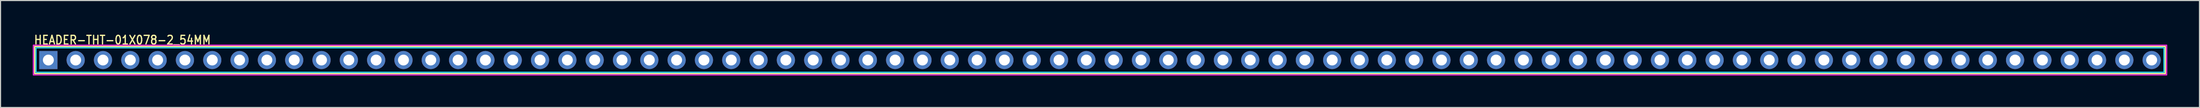
<source format=kicad_pcb>
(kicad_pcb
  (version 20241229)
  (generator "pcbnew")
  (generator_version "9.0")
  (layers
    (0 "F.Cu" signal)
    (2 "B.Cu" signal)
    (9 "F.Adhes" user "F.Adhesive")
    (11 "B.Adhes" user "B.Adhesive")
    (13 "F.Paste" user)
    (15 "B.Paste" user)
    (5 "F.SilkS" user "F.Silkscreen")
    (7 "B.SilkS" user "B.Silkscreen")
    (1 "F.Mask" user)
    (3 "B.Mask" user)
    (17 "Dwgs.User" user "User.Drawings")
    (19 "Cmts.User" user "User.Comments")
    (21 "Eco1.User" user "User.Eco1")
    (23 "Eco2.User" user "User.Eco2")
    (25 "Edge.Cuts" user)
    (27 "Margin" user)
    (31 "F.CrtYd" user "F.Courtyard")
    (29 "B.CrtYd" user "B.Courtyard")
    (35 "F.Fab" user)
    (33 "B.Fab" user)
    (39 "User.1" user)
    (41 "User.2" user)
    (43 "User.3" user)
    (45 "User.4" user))
  (footprint "HEADER-THT-01X078-2_54MM"
    (layer "F.Cu")
    (at 1.447 2.579)
    (property "Reference" "HEADER-THT-01X078-2_54MM" (at -1.4 -1.4 0) (unlocked yes) (layer "F.SilkS") (effects (font (size 0.813 0.695) (thickness 0.122)) (justify left bottom)))
    (fp_line (start -1.27 -1.27) (end -1.27 1.27) (stroke (width 0.127) (type solid)) (layer "F.SilkS"))
    (fp_line (start -1.27 1.27) (end 196.85 1.27) (stroke (width 0.127) (type solid)) (layer "F.SilkS"))
    (fp_line (start 196.85 -1.27) (end -1.27 -1.27) (stroke (width 0.127) (type solid)) (layer "F.SilkS"))
    (fp_line (start 196.85 1.27) (end 196.85 -1.27) (stroke (width 0.127) (type solid)) (layer "F.SilkS"))
    (fp_poly (pts (xy -1.143 -1.143) (xy 196.723 -1.143) (xy 196.723 1.143) (xy -1.143 1.143)) (stroke (width 0.1) (type solid)) (fill no) (layer "B.CrtYd"))
    (fp_poly (pts (xy -1.397 -1.397) (xy 196.977 -1.397) (xy 196.977 1.397) (xy -1.397 1.397)) (stroke (width 0.1) (type solid)) (fill no) (layer "F.CrtYd"))
    (pad "1" thru_hole rect (at 0 0) (size 1.693 1.693) (drill 1.016) (layers "*.Cu" "*.Mask"))
    (pad "2" thru_hole oval (at 2.54 0) (size 1.693 1.693) (drill 1.016) (layers "*.Cu" "*.Mask"))
    (pad "3" thru_hole oval (at 5.08 0) (size 1.693 1.693) (drill 1.016) (layers "*.Cu" "*.Mask"))
    (pad "4" thru_hole oval (at 7.62 0) (size 1.693 1.693) (drill 1.016) (layers "*.Cu" "*.Mask"))
    (pad "5" thru_hole oval (at 10.16 0) (size 1.693 1.693) (drill 1.016) (layers "*.Cu" "*.Mask"))
    (pad "6" thru_hole oval (at 12.7 0) (size 1.693 1.693) (drill 1.016) (layers "*.Cu" "*.Mask"))
    (pad "7" thru_hole oval (at 15.24 0) (size 1.693 1.693) (drill 1.016) (layers "*.Cu" "*.Mask"))
    (pad "8" thru_hole oval (at 17.78 0) (size 1.693 1.693) (drill 1.016) (layers "*.Cu" "*.Mask"))
    (pad "9" thru_hole oval (at 20.32 0) (size 1.693 1.693) (drill 1.016) (layers "*.Cu" "*.Mask"))
    (pad "10" thru_hole oval (at 22.86 0) (size 1.693 1.693) (drill 1.016) (layers "*.Cu" "*.Mask"))
    (pad "11" thru_hole oval (at 25.4 0) (size 1.693 1.693) (drill 1.016) (layers "*.Cu" "*.Mask"))
    (pad "12" thru_hole oval (at 27.94 0) (size 1.693 1.693) (drill 1.016) (layers "*.Cu" "*.Mask"))
    (pad "13" thru_hole oval (at 30.48 0) (size 1.693 1.693) (drill 1.016) (layers "*.Cu" "*.Mask"))
    (pad "14" thru_hole oval (at 33.02 0) (size 1.693 1.693) (drill 1.016) (layers "*.Cu" "*.Mask"))
    (pad "15" thru_hole oval (at 35.56 0) (size 1.693 1.693) (drill 1.016) (layers "*.Cu" "*.Mask"))
    (pad "16" thru_hole oval (at 38.1 0) (size 1.693 1.693) (drill 1.016) (layers "*.Cu" "*.Mask"))
    (pad "17" thru_hole oval (at 40.64 0) (size 1.693 1.693) (drill 1.016) (layers "*.Cu" "*.Mask"))
    (pad "18" thru_hole oval (at 43.18 0) (size 1.693 1.693) (drill 1.016) (layers "*.Cu" "*.Mask"))
    (pad "19" thru_hole oval (at 45.72 0) (size 1.693 1.693) (drill 1.016) (layers "*.Cu" "*.Mask"))
    (pad "20" thru_hole oval (at 48.26 0) (size 1.693 1.693) (drill 1.016) (layers "*.Cu" "*.Mask"))
    (pad "21" thru_hole oval (at 50.8 0) (size 1.693 1.693) (drill 1.016) (layers "*.Cu" "*.Mask"))
    (pad "22" thru_hole oval (at 53.34 0) (size 1.693 1.693) (drill 1.016) (layers "*.Cu" "*.Mask"))
    (pad "23" thru_hole oval (at 55.88 0) (size 1.693 1.693) (drill 1.016) (layers "*.Cu" "*.Mask"))
    (pad "24" thru_hole oval (at 58.42 0) (size 1.693 1.693) (drill 1.016) (layers "*.Cu" "*.Mask"))
    (pad "25" thru_hole oval (at 60.96 0) (size 1.693 1.693) (drill 1.016) (layers "*.Cu" "*.Mask"))
    (pad "26" thru_hole oval (at 63.5 0) (size 1.693 1.693) (drill 1.016) (layers "*.Cu" "*.Mask"))
    (pad "27" thru_hole oval (at 66.04 0) (size 1.693 1.693) (drill 1.016) (layers "*.Cu" "*.Mask"))
    (pad "28" thru_hole oval (at 68.58 0) (size 1.693 1.693) (drill 1.016) (layers "*.Cu" "*.Mask"))
    (pad "29" thru_hole oval (at 71.12 0) (size 1.693 1.693) (drill 1.016) (layers "*.Cu" "*.Mask"))
    (pad "30" thru_hole oval (at 73.66 0) (size 1.693 1.693) (drill 1.016) (layers "*.Cu" "*.Mask"))
    (pad "31" thru_hole oval (at 76.2 0) (size 1.693 1.693) (drill 1.016) (layers "*.Cu" "*.Mask"))
    (pad "32" thru_hole oval (at 78.74 0) (size 1.693 1.693) (drill 1.016) (layers "*.Cu" "*.Mask"))
    (pad "33" thru_hole oval (at 81.28 0) (size 1.693 1.693) (drill 1.016) (layers "*.Cu" "*.Mask"))
    (pad "34" thru_hole oval (at 83.82 0) (size 1.693 1.693) (drill 1.016) (layers "*.Cu" "*.Mask"))
    (pad "35" thru_hole oval (at 86.36 0) (size 1.693 1.693) (drill 1.016) (layers "*.Cu" "*.Mask"))
    (pad "36" thru_hole oval (at 88.9 0) (size 1.693 1.693) (drill 1.016) (layers "*.Cu" "*.Mask"))
    (pad "37" thru_hole oval (at 91.44 0) (size 1.693 1.693) (drill 1.016) (layers "*.Cu" "*.Mask"))
    (pad "38" thru_hole oval (at 93.98 0) (size 1.693 1.693) (drill 1.016) (layers "*.Cu" "*.Mask"))
    (pad "39" thru_hole oval (at 96.52 0) (size 1.693 1.693) (drill 1.016) (layers "*.Cu" "*.Mask"))
    (pad "40" thru_hole oval (at 99.06 0) (size 1.693 1.693) (drill 1.016) (layers "*.Cu" "*.Mask"))
    (pad "41" thru_hole oval (at 101.6 0) (size 1.693 1.693) (drill 1.016) (layers "*.Cu" "*.Mask"))
    (pad "42" thru_hole oval (at 104.14 0) (size 1.693 1.693) (drill 1.016) (layers "*.Cu" "*.Mask"))
    (pad "43" thru_hole oval (at 106.68 0) (size 1.693 1.693) (drill 1.016) (layers "*.Cu" "*.Mask"))
    (pad "44" thru_hole oval (at 109.22 0) (size 1.693 1.693) (drill 1.016) (layers "*.Cu" "*.Mask"))
    (pad "45" thru_hole oval (at 111.76 0) (size 1.693 1.693) (drill 1.016) (layers "*.Cu" "*.Mask"))
    (pad "46" thru_hole oval (at 114.3 0) (size 1.693 1.693) (drill 1.016) (layers "*.Cu" "*.Mask"))
    (pad "47" thru_hole oval (at 116.84 0) (size 1.693 1.693) (drill 1.016) (layers "*.Cu" "*.Mask"))
    (pad "48" thru_hole oval (at 119.38 0) (size 1.693 1.693) (drill 1.016) (layers "*.Cu" "*.Mask"))
    (pad "49" thru_hole oval (at 121.92 0) (size 1.693 1.693) (drill 1.016) (layers "*.Cu" "*.Mask"))
    (pad "50" thru_hole oval (at 124.46 0) (size 1.693 1.693) (drill 1.016) (layers "*.Cu" "*.Mask"))
    (pad "51" thru_hole oval (at 127 0) (size 1.693 1.693) (drill 1.016) (layers "*.Cu" "*.Mask"))
    (pad "52" thru_hole oval (at 129.54 0) (size 1.693 1.693) (drill 1.016) (layers "*.Cu" "*.Mask"))
    (pad "53" thru_hole oval (at 132.08 0) (size 1.693 1.693) (drill 1.016) (layers "*.Cu" "*.Mask"))
    (pad "54" thru_hole oval (at 134.62 0) (size 1.693 1.693) (drill 1.016) (layers "*.Cu" "*.Mask"))
    (pad "55" thru_hole oval (at 137.16 0) (size 1.693 1.693) (drill 1.016) (layers "*.Cu" "*.Mask"))
    (pad "56" thru_hole oval (at 139.7 0) (size 1.693 1.693) (drill 1.016) (layers "*.Cu" "*.Mask"))
    (pad "57" thru_hole oval (at 142.24 0) (size 1.693 1.693) (drill 1.016) (layers "*.Cu" "*.Mask"))
    (pad "58" thru_hole oval (at 144.78 0) (size 1.693 1.693) (drill 1.016) (layers "*.Cu" "*.Mask"))
    (pad "59" thru_hole oval (at 147.32 0) (size 1.693 1.693) (drill 1.016) (layers "*.Cu" "*.Mask"))
    (pad "60" thru_hole oval (at 149.86 0) (size 1.693 1.693) (drill 1.016) (layers "*.Cu" "*.Mask"))
    (pad "61" thru_hole oval (at 152.4 0) (size 1.693 1.693) (drill 1.016) (layers "*.Cu" "*.Mask"))
    (pad "62" thru_hole oval (at 154.94 0) (size 1.693 1.693) (drill 1.016) (layers "*.Cu" "*.Mask"))
    (pad "63" thru_hole oval (at 157.48 0) (size 1.693 1.693) (drill 1.016) (layers "*.Cu" "*.Mask"))
    (pad "64" thru_hole oval (at 160.02 0) (size 1.693 1.693) (drill 1.016) (layers "*.Cu" "*.Mask"))
    (pad "65" thru_hole oval (at 162.56 0) (size 1.693 1.693) (drill 1.016) (layers "*.Cu" "*.Mask"))
    (pad "66" thru_hole oval (at 165.1 0) (size 1.693 1.693) (drill 1.016) (layers "*.Cu" "*.Mask"))
    (pad "67" thru_hole oval (at 167.64 0) (size 1.693 1.693) (drill 1.016) (layers "*.Cu" "*.Mask"))
    (pad "68" thru_hole oval (at 170.18 0) (size 1.693 1.693) (drill 1.016) (layers "*.Cu" "*.Mask"))
    (pad "69" thru_hole oval (at 172.72 0) (size 1.693 1.693) (drill 1.016) (layers "*.Cu" "*.Mask"))
    (pad "70" thru_hole oval (at 175.26 0) (size 1.693 1.693) (drill 1.016) (layers "*.Cu" "*.Mask"))
    (pad "71" thru_hole oval (at 177.8 0) (size 1.693 1.693) (drill 1.016) (layers "*.Cu" "*.Mask"))
    (pad "72" thru_hole oval (at 180.34 0) (size 1.693 1.693) (drill 1.016) (layers "*.Cu" "*.Mask"))
    (pad "73" thru_hole oval (at 182.88 0) (size 1.693 1.693) (drill 1.016) (layers "*.Cu" "*.Mask"))
    (pad "74" thru_hole oval (at 185.42 0) (size 1.693 1.693) (drill 1.016) (layers "*.Cu" "*.Mask"))
    (pad "75" thru_hole oval (at 187.96 0) (size 1.693 1.693) (drill 1.016) (layers "*.Cu" "*.Mask"))
    (pad "76" thru_hole oval (at 190.5 0) (size 1.693 1.693) (drill 1.016) (layers "*.Cu" "*.Mask"))
    (pad "77" thru_hole oval (at 193.04 0) (size 1.693 1.693) (drill 1.016) (layers "*.Cu" "*.Mask"))
    (pad "78" thru_hole oval (at 195.58 0) (size 1.693 1.693) (drill 1.016) (layers "*.Cu" "*.Mask")))
  (gr_rect
    (start -3 -3)
    (end 201.474 7.026)
    (stroke (width 0.1) (type default))
    (fill no)
    (layer "Edge.Cuts")))
</source>
